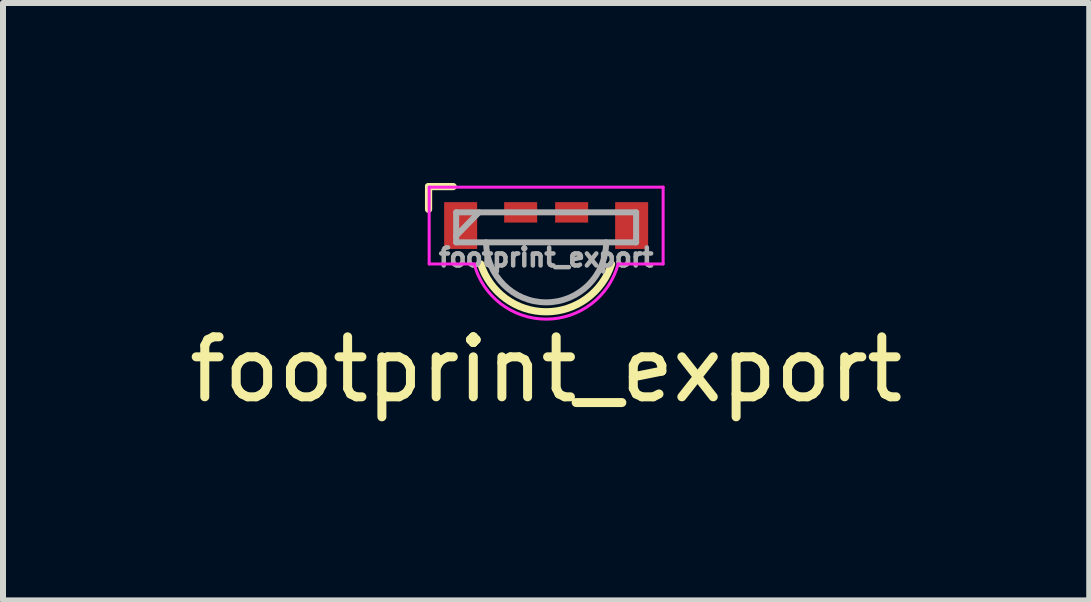
<source format=kicad_pcb>
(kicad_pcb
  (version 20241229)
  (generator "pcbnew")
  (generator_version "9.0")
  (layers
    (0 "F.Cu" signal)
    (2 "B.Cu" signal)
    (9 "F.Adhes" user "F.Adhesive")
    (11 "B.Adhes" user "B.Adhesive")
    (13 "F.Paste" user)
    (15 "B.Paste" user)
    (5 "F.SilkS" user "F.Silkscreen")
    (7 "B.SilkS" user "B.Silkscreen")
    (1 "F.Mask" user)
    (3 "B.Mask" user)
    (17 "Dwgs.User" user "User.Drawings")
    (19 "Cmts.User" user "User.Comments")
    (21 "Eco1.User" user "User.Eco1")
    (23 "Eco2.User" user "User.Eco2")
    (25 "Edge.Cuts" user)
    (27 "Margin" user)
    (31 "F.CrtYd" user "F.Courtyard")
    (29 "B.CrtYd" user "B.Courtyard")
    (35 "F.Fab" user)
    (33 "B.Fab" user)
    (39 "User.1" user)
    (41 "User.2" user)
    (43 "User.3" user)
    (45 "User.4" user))
  (footprint "footprint_export"
    (layer "F.Cu")
    (at 6.054 1.24)
    (property "Reference" "footprint_export" (at 0 1.87 180) (layer "F.SilkS") (effects (font (size 1 1) (thickness 0.15))))
    (attr smd)
    (fp_line (start -1.96 -1.18) (end -1.55 -1.18) (stroke (width 0.12) (type solid)) (layer "F.SilkS"))
    (fp_line (start -1.96 -0.8) (end -1.96 -1.18) (stroke (width 0.12) (type solid)) (layer "F.SilkS"))
    (fp_arc (start 1.09 0.11) (mid 0 0.907104) (end -1.09 0.11) (stroke (width 0.12) (type solid)) (layer "F.SilkS"))
    (fp_line (start -1.95 -1.17) (end -1.95 0.11) (stroke (width 0.05) (type solid)) (layer "F.CrtYd"))
    (fp_line (start -1.2 0.11) (end -1.95 0.11) (stroke (width 0.05) (type solid)) (layer "F.CrtYd"))
    (fp_line (start 1.95 -1.17) (end -1.95 -1.17) (stroke (width 0.05) (type solid)) (layer "F.CrtYd"))
    (fp_line (start 1.95 -1.17) (end 1.95 0.11) (stroke (width 0.05) (type solid)) (layer "F.CrtYd"))
    (fp_line (start 1.95 0.11) (end 1.2 0.11) (stroke (width 0.05) (type solid)) (layer "F.CrtYd"))
    (fp_arc (start 1.2 0.11) (mid 0 1.03) (end -1.2 0.11) (stroke (width 0.05) (type solid)) (layer "F.CrtYd"))
    (fp_line (start -1.5 -0.75) (end -1.5 -0.25) (stroke (width 0.1) (type solid)) (layer "F.Fab"))
    (fp_line (start -1.5 -0.36) (end -1.12 -0.75) (stroke (width 0.1) (type solid)) (layer "F.Fab"))
    (fp_line (start -1.5 -0.25) (end 1.5 -0.25) (stroke (width 0.1) (type solid)) (layer "F.Fab"))
    (fp_line (start 1.5 -0.75) (end -1.5 -0.75) (stroke (width 0.1) (type solid)) (layer "F.Fab"))
    (fp_line (start 1.5 -0.25) (end 1.5 -0.75) (stroke (width 0.1) (type solid)) (layer "F.Fab"))
    (fp_arc (start 1 -0.25) (mid 0 0.75) (end -1 -0.25) (stroke (width 0.1) (type solid)) (layer "F.Fab"))
    (fp_text user "${REFERENCE}" (at 0 0 180) (layer "F.Fab") (effects (font (size 0.3 0.3) (thickness 0.075))))
    (pad "1" smd rect (at -1.425 -0.53) (size 0.55 0.78) (layers "F.Cu" "F.Mask" "F.Paste"))
    (pad "2" smd rect (at -0.425 -0.75) (size 0.55 0.34) (layers "F.Cu" "F.Mask" "F.Paste"))
    (pad "3" smd rect (at 0.425 -0.75) (size 0.55 0.34) (layers "F.Cu" "F.Mask" "F.Paste"))
    (pad "4" smd rect (at 1.425 -0.53) (size 0.55 0.78) (layers "F.Cu" "F.Mask" "F.Paste")))
  (gr_rect
    (start -3 -3)
    (end 15.107 6.958)
    (stroke (width 0.1) (type default))
    (fill no)
    (layer "Edge.Cuts")))
</source>
